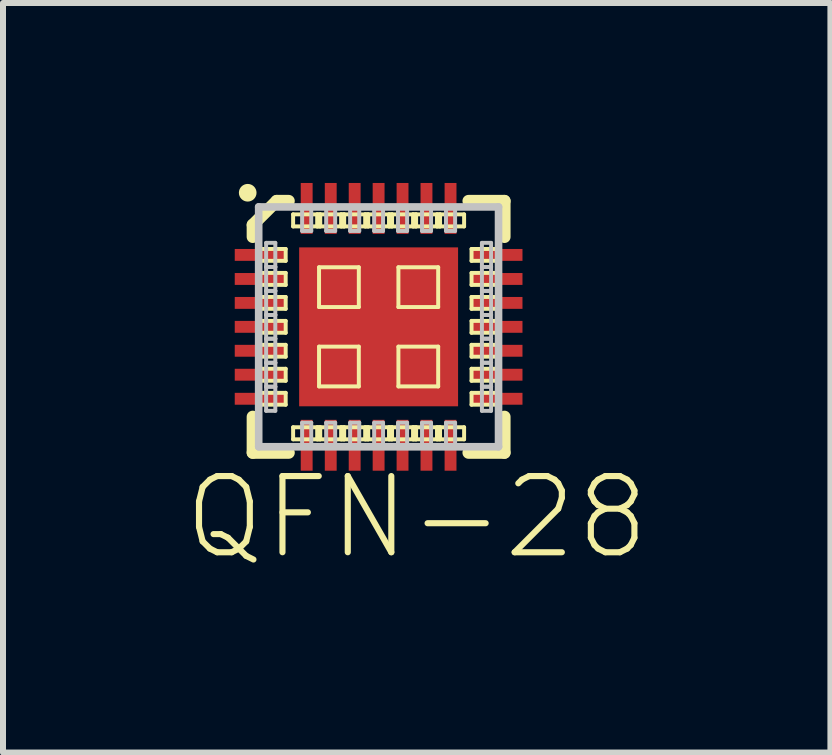
<source format=kicad_pcb>
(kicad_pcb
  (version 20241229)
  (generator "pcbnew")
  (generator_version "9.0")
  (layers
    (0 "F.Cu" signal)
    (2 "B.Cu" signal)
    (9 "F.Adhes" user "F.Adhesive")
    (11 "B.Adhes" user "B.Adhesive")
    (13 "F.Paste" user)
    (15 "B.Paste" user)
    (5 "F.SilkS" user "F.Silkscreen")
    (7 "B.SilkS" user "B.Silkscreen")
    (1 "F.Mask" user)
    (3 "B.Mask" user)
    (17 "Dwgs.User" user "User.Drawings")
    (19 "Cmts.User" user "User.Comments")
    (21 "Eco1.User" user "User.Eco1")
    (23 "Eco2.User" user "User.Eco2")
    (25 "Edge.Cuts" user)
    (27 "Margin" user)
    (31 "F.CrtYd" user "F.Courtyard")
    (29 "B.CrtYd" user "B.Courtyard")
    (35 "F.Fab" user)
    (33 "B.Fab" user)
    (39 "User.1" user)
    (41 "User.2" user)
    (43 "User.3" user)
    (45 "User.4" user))
  (footprint "QFN-28"
    (layer "F.Cu")
    (at 3.261 2.398)
    (property "Reference" "QFN-28" (at 0.635 3.175 0) (layer "F.SilkS") (effects (font (size 1.27 1.27) (thickness 0.102))))
    (attr smd)
    (fp_line (start -2.098 -1.699) (end -2.098 -1.499) (stroke (width 0.203) (type solid)) (layer "F.SilkS"))
    (fp_line (start -2.098 -1.699) (end -1.699 -2.098) (stroke (width 0.203) (type solid)) (layer "F.SilkS"))
    (fp_line (start -2.098 2.098) (end -2.098 1.499) (stroke (width 0.203) (type solid)) (layer "F.SilkS"))
    (fp_line (start -2.098 2.098) (end -1.499 2.098) (stroke (width 0.203) (type solid)) (layer "F.SilkS"))
    (fp_line (start -1.999 -1.298) (end -1.549 -1.298) (stroke (width 0.066) (type solid)) (layer "F.SilkS"))
    (fp_line (start -1.999 -1.1) (end -1.999 -1.298) (stroke (width 0.066) (type solid)) (layer "F.SilkS"))
    (fp_line (start -1.999 -1.1) (end -1.549 -1.1) (stroke (width 0.066) (type solid)) (layer "F.SilkS"))
    (fp_line (start -1.999 -0.899) (end -1.549 -0.899) (stroke (width 0.066) (type solid)) (layer "F.SilkS"))
    (fp_line (start -1.999 -0.699) (end -1.999 -0.899) (stroke (width 0.066) (type solid)) (layer "F.SilkS"))
    (fp_line (start -1.999 -0.699) (end -1.549 -0.699) (stroke (width 0.066) (type solid)) (layer "F.SilkS"))
    (fp_line (start -1.999 -0.498) (end -1.549 -0.498) (stroke (width 0.066) (type solid)) (layer "F.SilkS"))
    (fp_line (start -1.999 -0.3) (end -1.999 -0.498) (stroke (width 0.066) (type solid)) (layer "F.SilkS"))
    (fp_line (start -1.999 -0.3) (end -1.549 -0.3) (stroke (width 0.066) (type solid)) (layer "F.SilkS"))
    (fp_line (start -1.999 -0.099) (end -1.549 -0.099) (stroke (width 0.066) (type solid)) (layer "F.SilkS"))
    (fp_line (start -1.999 0.099) (end -1.999 -0.099) (stroke (width 0.066) (type solid)) (layer "F.SilkS"))
    (fp_line (start -1.999 0.099) (end -1.549 0.099) (stroke (width 0.066) (type solid)) (layer "F.SilkS"))
    (fp_line (start -1.999 0.3) (end -1.549 0.3) (stroke (width 0.066) (type solid)) (layer "F.SilkS"))
    (fp_line (start -1.999 0.498) (end -1.999 0.3) (stroke (width 0.066) (type solid)) (layer "F.SilkS"))
    (fp_line (start -1.999 0.498) (end -1.549 0.498) (stroke (width 0.066) (type solid)) (layer "F.SilkS"))
    (fp_line (start -1.999 0.699) (end -1.549 0.699) (stroke (width 0.066) (type solid)) (layer "F.SilkS"))
    (fp_line (start -1.999 0.899) (end -1.999 0.699) (stroke (width 0.066) (type solid)) (layer "F.SilkS"))
    (fp_line (start -1.999 0.899) (end -1.549 0.899) (stroke (width 0.066) (type solid)) (layer "F.SilkS"))
    (fp_line (start -1.999 1.1) (end -1.549 1.1) (stroke (width 0.066) (type solid)) (layer "F.SilkS"))
    (fp_line (start -1.999 1.298) (end -1.999 1.1) (stroke (width 0.066) (type solid)) (layer "F.SilkS"))
    (fp_line (start -1.999 1.298) (end -1.549 1.298) (stroke (width 0.066) (type solid)) (layer "F.SilkS"))
    (fp_line (start -1.699 -2.098) (end -1.499 -2.098) (stroke (width 0.203) (type solid)) (layer "F.SilkS"))
    (fp_line (start -1.549 -1.1) (end -1.549 -1.298) (stroke (width 0.066) (type solid)) (layer "F.SilkS"))
    (fp_line (start -1.549 -0.699) (end -1.549 -0.899) (stroke (width 0.066) (type solid)) (layer "F.SilkS"))
    (fp_line (start -1.549 -0.3) (end -1.549 -0.498) (stroke (width 0.066) (type solid)) (layer "F.SilkS"))
    (fp_line (start -1.549 0.099) (end -1.549 -0.099) (stroke (width 0.066) (type solid)) (layer "F.SilkS"))
    (fp_line (start -1.549 0.498) (end -1.549 0.3) (stroke (width 0.066) (type solid)) (layer "F.SilkS"))
    (fp_line (start -1.549 0.899) (end -1.549 0.699) (stroke (width 0.066) (type solid)) (layer "F.SilkS"))
    (fp_line (start -1.549 1.298) (end -1.549 1.1) (stroke (width 0.066) (type solid)) (layer "F.SilkS"))
    (fp_line (start -1.425 -1.875) (end -0.973 -1.875) (stroke (width 0.066) (type solid)) (layer "F.SilkS"))
    (fp_line (start -1.425 -1.674) (end -1.425 -1.875) (stroke (width 0.066) (type solid)) (layer "F.SilkS"))
    (fp_line (start -1.425 -1.674) (end -0.973 -1.674) (stroke (width 0.066) (type solid)) (layer "F.SilkS"))
    (fp_line (start -1.425 1.674) (end -0.973 1.674) (stroke (width 0.066) (type solid)) (layer "F.SilkS"))
    (fp_line (start -1.425 1.875) (end -1.425 1.674) (stroke (width 0.066) (type solid)) (layer "F.SilkS"))
    (fp_line (start -1.425 1.875) (end -0.973 1.875) (stroke (width 0.066) (type solid)) (layer "F.SilkS"))
    (fp_line (start -1.024 -1.875) (end -0.574 -1.875) (stroke (width 0.066) (type solid)) (layer "F.SilkS"))
    (fp_line (start -1.024 -1.674) (end -1.024 -1.875) (stroke (width 0.066) (type solid)) (layer "F.SilkS"))
    (fp_line (start -1.024 -1.674) (end -0.574 -1.674) (stroke (width 0.066) (type solid)) (layer "F.SilkS"))
    (fp_line (start -1.024 1.674) (end -0.574 1.674) (stroke (width 0.066) (type solid)) (layer "F.SilkS"))
    (fp_line (start -1.024 1.875) (end -1.024 1.674) (stroke (width 0.066) (type solid)) (layer "F.SilkS"))
    (fp_line (start -1.024 1.875) (end -0.574 1.875) (stroke (width 0.066) (type solid)) (layer "F.SilkS"))
    (fp_line (start -0.993 -0.993) (end -0.33 -0.993) (stroke (width 0.066) (type solid)) (layer "F.SilkS"))
    (fp_line (start -0.993 -0.33) (end -0.993 -0.993) (stroke (width 0.066) (type solid)) (layer "F.SilkS"))
    (fp_line (start -0.993 -0.33) (end -0.33 -0.33) (stroke (width 0.066) (type solid)) (layer "F.SilkS"))
    (fp_line (start -0.993 0.33) (end -0.33 0.33) (stroke (width 0.066) (type solid)) (layer "F.SilkS"))
    (fp_line (start -0.993 0.993) (end -0.993 0.33) (stroke (width 0.066) (type solid)) (layer "F.SilkS"))
    (fp_line (start -0.993 0.993) (end -0.33 0.993) (stroke (width 0.066) (type solid)) (layer "F.SilkS"))
    (fp_line (start -0.973 -1.674) (end -0.973 -1.875) (stroke (width 0.066) (type solid)) (layer "F.SilkS"))
    (fp_line (start -0.973 1.875) (end -0.973 1.674) (stroke (width 0.066) (type solid)) (layer "F.SilkS"))
    (fp_line (start -0.625 -1.875) (end -0.173 -1.875) (stroke (width 0.066) (type solid)) (layer "F.SilkS"))
    (fp_line (start -0.625 -1.674) (end -0.625 -1.875) (stroke (width 0.066) (type solid)) (layer "F.SilkS"))
    (fp_line (start -0.625 -1.674) (end -0.173 -1.674) (stroke (width 0.066) (type solid)) (layer "F.SilkS"))
    (fp_line (start -0.625 1.674) (end -0.173 1.674) (stroke (width 0.066) (type solid)) (layer "F.SilkS"))
    (fp_line (start -0.625 1.875) (end -0.625 1.674) (stroke (width 0.066) (type solid)) (layer "F.SilkS"))
    (fp_line (start -0.625 1.875) (end -0.173 1.875) (stroke (width 0.066) (type solid)) (layer "F.SilkS"))
    (fp_line (start -0.574 -1.674) (end -0.574 -1.875) (stroke (width 0.066) (type solid)) (layer "F.SilkS"))
    (fp_line (start -0.574 1.875) (end -0.574 1.674) (stroke (width 0.066) (type solid)) (layer "F.SilkS"))
    (fp_line (start -0.33 -0.33) (end -0.33 -0.993) (stroke (width 0.066) (type solid)) (layer "F.SilkS"))
    (fp_line (start -0.33 0.993) (end -0.33 0.33) (stroke (width 0.066) (type solid)) (layer "F.SilkS"))
    (fp_line (start -0.224 -1.875) (end 0.224 -1.875) (stroke (width 0.066) (type solid)) (layer "F.SilkS"))
    (fp_line (start -0.224 -1.674) (end -0.224 -1.875) (stroke (width 0.066) (type solid)) (layer "F.SilkS"))
    (fp_line (start -0.224 -1.674) (end 0.224 -1.674) (stroke (width 0.066) (type solid)) (layer "F.SilkS"))
    (fp_line (start -0.224 1.674) (end 0.224 1.674) (stroke (width 0.066) (type solid)) (layer "F.SilkS"))
    (fp_line (start -0.224 1.875) (end -0.224 1.674) (stroke (width 0.066) (type solid)) (layer "F.SilkS"))
    (fp_line (start -0.224 1.875) (end 0.224 1.875) (stroke (width 0.066) (type solid)) (layer "F.SilkS"))
    (fp_line (start -0.173 -1.674) (end -0.173 -1.875) (stroke (width 0.066) (type solid)) (layer "F.SilkS"))
    (fp_line (start -0.173 1.875) (end -0.173 1.674) (stroke (width 0.066) (type solid)) (layer "F.SilkS"))
    (fp_line (start 0.173 -1.875) (end 0.625 -1.875) (stroke (width 0.066) (type solid)) (layer "F.SilkS"))
    (fp_line (start 0.173 -1.674) (end 0.173 -1.875) (stroke (width 0.066) (type solid)) (layer "F.SilkS"))
    (fp_line (start 0.173 -1.674) (end 0.625 -1.674) (stroke (width 0.066) (type solid)) (layer "F.SilkS"))
    (fp_line (start 0.173 1.674) (end 0.625 1.674) (stroke (width 0.066) (type solid)) (layer "F.SilkS"))
    (fp_line (start 0.173 1.875) (end 0.173 1.674) (stroke (width 0.066) (type solid)) (layer "F.SilkS"))
    (fp_line (start 0.173 1.875) (end 0.625 1.875) (stroke (width 0.066) (type solid)) (layer "F.SilkS"))
    (fp_line (start 0.224 -1.674) (end 0.224 -1.875) (stroke (width 0.066) (type solid)) (layer "F.SilkS"))
    (fp_line (start 0.224 1.875) (end 0.224 1.674) (stroke (width 0.066) (type solid)) (layer "F.SilkS"))
    (fp_line (start 0.33 -0.993) (end 0.993 -0.993) (stroke (width 0.066) (type solid)) (layer "F.SilkS"))
    (fp_line (start 0.33 -0.33) (end 0.33 -0.993) (stroke (width 0.066) (type solid)) (layer "F.SilkS"))
    (fp_line (start 0.33 -0.33) (end 0.993 -0.33) (stroke (width 0.066) (type solid)) (layer "F.SilkS"))
    (fp_line (start 0.33 0.33) (end 0.993 0.33) (stroke (width 0.066) (type solid)) (layer "F.SilkS"))
    (fp_line (start 0.33 0.993) (end 0.33 0.33) (stroke (width 0.066) (type solid)) (layer "F.SilkS"))
    (fp_line (start 0.33 0.993) (end 0.993 0.993) (stroke (width 0.066) (type solid)) (layer "F.SilkS"))
    (fp_line (start 0.574 -1.875) (end 1.024 -1.875) (stroke (width 0.066) (type solid)) (layer "F.SilkS"))
    (fp_line (start 0.574 -1.674) (end 0.574 -1.875) (stroke (width 0.066) (type solid)) (layer "F.SilkS"))
    (fp_line (start 0.574 -1.674) (end 1.024 -1.674) (stroke (width 0.066) (type solid)) (layer "F.SilkS"))
    (fp_line (start 0.574 1.674) (end 1.024 1.674) (stroke (width 0.066) (type solid)) (layer "F.SilkS"))
    (fp_line (start 0.574 1.875) (end 0.574 1.674) (stroke (width 0.066) (type solid)) (layer "F.SilkS"))
    (fp_line (start 0.574 1.875) (end 1.024 1.875) (stroke (width 0.066) (type solid)) (layer "F.SilkS"))
    (fp_line (start 0.625 -1.674) (end 0.625 -1.875) (stroke (width 0.066) (type solid)) (layer "F.SilkS"))
    (fp_line (start 0.625 1.875) (end 0.625 1.674) (stroke (width 0.066) (type solid)) (layer "F.SilkS"))
    (fp_line (start 0.973 -1.875) (end 1.425 -1.875) (stroke (width 0.066) (type solid)) (layer "F.SilkS"))
    (fp_line (start 0.973 -1.674) (end 0.973 -1.875) (stroke (width 0.066) (type solid)) (layer "F.SilkS"))
    (fp_line (start 0.973 -1.674) (end 1.425 -1.674) (stroke (width 0.066) (type solid)) (layer "F.SilkS"))
    (fp_line (start 0.973 1.674) (end 1.425 1.674) (stroke (width 0.066) (type solid)) (layer "F.SilkS"))
    (fp_line (start 0.973 1.875) (end 0.973 1.674) (stroke (width 0.066) (type solid)) (layer "F.SilkS"))
    (fp_line (start 0.973 1.875) (end 1.425 1.875) (stroke (width 0.066) (type solid)) (layer "F.SilkS"))
    (fp_line (start 0.993 -0.33) (end 0.993 -0.993) (stroke (width 0.066) (type solid)) (layer "F.SilkS"))
    (fp_line (start 0.993 0.993) (end 0.993 0.33) (stroke (width 0.066) (type solid)) (layer "F.SilkS"))
    (fp_line (start 1.024 -1.674) (end 1.024 -1.875) (stroke (width 0.066) (type solid)) (layer "F.SilkS"))
    (fp_line (start 1.024 1.875) (end 1.024 1.674) (stroke (width 0.066) (type solid)) (layer "F.SilkS"))
    (fp_line (start 1.425 -1.674) (end 1.425 -1.875) (stroke (width 0.066) (type solid)) (layer "F.SilkS"))
    (fp_line (start 1.425 1.875) (end 1.425 1.674) (stroke (width 0.066) (type solid)) (layer "F.SilkS"))
    (fp_line (start 1.549 -1.298) (end 1.999 -1.298) (stroke (width 0.066) (type solid)) (layer "F.SilkS"))
    (fp_line (start 1.549 -1.1) (end 1.549 -1.298) (stroke (width 0.066) (type solid)) (layer "F.SilkS"))
    (fp_line (start 1.549 -1.1) (end 1.999 -1.1) (stroke (width 0.066) (type solid)) (layer "F.SilkS"))
    (fp_line (start 1.549 -0.899) (end 1.999 -0.899) (stroke (width 0.066) (type solid)) (layer "F.SilkS"))
    (fp_line (start 1.549 -0.699) (end 1.549 -0.899) (stroke (width 0.066) (type solid)) (layer "F.SilkS"))
    (fp_line (start 1.549 -0.699) (end 1.999 -0.699) (stroke (width 0.066) (type solid)) (layer "F.SilkS"))
    (fp_line (start 1.549 -0.498) (end 1.999 -0.498) (stroke (width 0.066) (type solid)) (layer "F.SilkS"))
    (fp_line (start 1.549 -0.3) (end 1.549 -0.498) (stroke (width 0.066) (type solid)) (layer "F.SilkS"))
    (fp_line (start 1.549 -0.3) (end 1.999 -0.3) (stroke (width 0.066) (type solid)) (layer "F.SilkS"))
    (fp_line (start 1.549 -0.099) (end 1.999 -0.099) (stroke (width 0.066) (type solid)) (layer "F.SilkS"))
    (fp_line (start 1.549 0.099) (end 1.549 -0.099) (stroke (width 0.066) (type solid)) (layer "F.SilkS"))
    (fp_line (start 1.549 0.099) (end 1.999 0.099) (stroke (width 0.066) (type solid)) (layer "F.SilkS"))
    (fp_line (start 1.549 0.3) (end 1.999 0.3) (stroke (width 0.066) (type solid)) (layer "F.SilkS"))
    (fp_line (start 1.549 0.498) (end 1.549 0.3) (stroke (width 0.066) (type solid)) (layer "F.SilkS"))
    (fp_line (start 1.549 0.498) (end 1.999 0.498) (stroke (width 0.066) (type solid)) (layer "F.SilkS"))
    (fp_line (start 1.549 0.699) (end 1.999 0.699) (stroke (width 0.066) (type solid)) (layer "F.SilkS"))
    (fp_line (start 1.549 0.899) (end 1.549 0.699) (stroke (width 0.066) (type solid)) (layer "F.SilkS"))
    (fp_line (start 1.549 0.899) (end 1.999 0.899) (stroke (width 0.066) (type solid)) (layer "F.SilkS"))
    (fp_line (start 1.549 1.1) (end 1.999 1.1) (stroke (width 0.066) (type solid)) (layer "F.SilkS"))
    (fp_line (start 1.549 1.298) (end 1.549 1.1) (stroke (width 0.066) (type solid)) (layer "F.SilkS"))
    (fp_line (start 1.549 1.298) (end 1.999 1.298) (stroke (width 0.066) (type solid)) (layer "F.SilkS"))
    (fp_line (start 1.999 -1.1) (end 1.999 -1.298) (stroke (width 0.066) (type solid)) (layer "F.SilkS"))
    (fp_line (start 1.999 -0.699) (end 1.999 -0.899) (stroke (width 0.066) (type solid)) (layer "F.SilkS"))
    (fp_line (start 1.999 -0.3) (end 1.999 -0.498) (stroke (width 0.066) (type solid)) (layer "F.SilkS"))
    (fp_line (start 1.999 0.099) (end 1.999 -0.099) (stroke (width 0.066) (type solid)) (layer "F.SilkS"))
    (fp_line (start 1.999 0.498) (end 1.999 0.3) (stroke (width 0.066) (type solid)) (layer "F.SilkS"))
    (fp_line (start 1.999 0.899) (end 1.999 0.699) (stroke (width 0.066) (type solid)) (layer "F.SilkS"))
    (fp_line (start 1.999 1.298) (end 1.999 1.1) (stroke (width 0.066) (type solid)) (layer "F.SilkS"))
    (fp_line (start 2.098 -2.098) (end 1.499 -2.098) (stroke (width 0.203) (type solid)) (layer "F.SilkS"))
    (fp_line (start 2.098 -2.098) (end 2.098 -1.499) (stroke (width 0.203) (type solid)) (layer "F.SilkS"))
    (fp_line (start 2.098 2.098) (end 1.499 2.098) (stroke (width 0.203) (type solid)) (layer "F.SilkS"))
    (fp_line (start 2.098 2.098) (end 2.098 1.499) (stroke (width 0.203) (type solid)) (layer "F.SilkS"))
    (fp_circle (center -2.182 -2.235) (end -2.286 -2.339) (stroke (width 0) (type solid)) (fill yes) (layer "F.SilkS"))
    (fp_line (start -1.999 -1.999) (end 1.999 -1.999) (stroke (width 0.127) (type solid)) (layer "Dwgs.User"))
    (fp_line (start -1.999 1.999) (end -1.999 -1.999) (stroke (width 0.127) (type solid)) (layer "Dwgs.User"))
    (fp_line (start -1.875 -1.4) (end -1.722 -1.4) (stroke (width 0.066) (type solid)) (layer "Dwgs.User"))
    (fp_line (start -1.875 -0.998) (end -1.875 -1.4) (stroke (width 0.066) (type solid)) (layer "Dwgs.User"))
    (fp_line (start -1.875 -0.998) (end -1.722 -0.998) (stroke (width 0.066) (type solid)) (layer "Dwgs.User"))
    (fp_line (start -1.875 -0.998) (end -1.722 -0.998) (stroke (width 0.066) (type solid)) (layer "Dwgs.User"))
    (fp_line (start -1.875 -0.599) (end -1.875 -0.998) (stroke (width 0.066) (type solid)) (layer "Dwgs.User"))
    (fp_line (start -1.875 -0.599) (end -1.722 -0.599) (stroke (width 0.066) (type solid)) (layer "Dwgs.User"))
    (fp_line (start -1.875 -0.599) (end -1.722 -0.599) (stroke (width 0.066) (type solid)) (layer "Dwgs.User"))
    (fp_line (start -1.875 -0.198) (end -1.875 -0.599) (stroke (width 0.066) (type solid)) (layer "Dwgs.User"))
    (fp_line (start -1.875 -0.198) (end -1.722 -0.198) (stroke (width 0.066) (type solid)) (layer "Dwgs.User"))
    (fp_line (start -1.875 -0.198) (end -1.722 -0.198) (stroke (width 0.066) (type solid)) (layer "Dwgs.User"))
    (fp_line (start -1.875 0.198) (end -1.875 -0.198) (stroke (width 0.066) (type solid)) (layer "Dwgs.User"))
    (fp_line (start -1.875 0.198) (end -1.722 0.198) (stroke (width 0.066) (type solid)) (layer "Dwgs.User"))
    (fp_line (start -1.875 0.198) (end -1.722 0.198) (stroke (width 0.066) (type solid)) (layer "Dwgs.User"))
    (fp_line (start -1.875 0.599) (end -1.875 0.198) (stroke (width 0.066) (type solid)) (layer "Dwgs.User"))
    (fp_line (start -1.875 0.599) (end -1.722 0.599) (stroke (width 0.066) (type solid)) (layer "Dwgs.User"))
    (fp_line (start -1.875 0.599) (end -1.722 0.599) (stroke (width 0.066) (type solid)) (layer "Dwgs.User"))
    (fp_line (start -1.875 0.998) (end -1.875 0.599) (stroke (width 0.066) (type solid)) (layer "Dwgs.User"))
    (fp_line (start -1.875 0.998) (end -1.722 0.998) (stroke (width 0.066) (type solid)) (layer "Dwgs.User"))
    (fp_line (start -1.875 0.998) (end -1.722 0.998) (stroke (width 0.066) (type solid)) (layer "Dwgs.User"))
    (fp_line (start -1.875 1.4) (end -1.875 0.998) (stroke (width 0.066) (type solid)) (layer "Dwgs.User"))
    (fp_line (start -1.875 1.4) (end -1.722 1.4) (stroke (width 0.066) (type solid)) (layer "Dwgs.User"))
    (fp_line (start -1.722 -0.998) (end -1.722 -1.4) (stroke (width 0.066) (type solid)) (layer "Dwgs.User"))
    (fp_line (start -1.722 -0.599) (end -1.722 -0.998) (stroke (width 0.066) (type solid)) (layer "Dwgs.User"))
    (fp_line (start -1.722 -0.198) (end -1.722 -0.599) (stroke (width 0.066) (type solid)) (layer "Dwgs.User"))
    (fp_line (start -1.722 0.198) (end -1.722 -0.198) (stroke (width 0.066) (type solid)) (layer "Dwgs.User"))
    (fp_line (start -1.722 0.599) (end -1.722 0.198) (stroke (width 0.066) (type solid)) (layer "Dwgs.User"))
    (fp_line (start -1.722 0.998) (end -1.722 0.599) (stroke (width 0.066) (type solid)) (layer "Dwgs.User"))
    (fp_line (start -1.722 1.4) (end -1.722 0.998) (stroke (width 0.066) (type solid)) (layer "Dwgs.User"))
    (fp_line (start -1.275 -1.999) (end -1.123 -1.999) (stroke (width 0.066) (type solid)) (layer "Dwgs.User"))
    (fp_line (start -1.275 -1.598) (end -1.275 -1.999) (stroke (width 0.066) (type solid)) (layer "Dwgs.User"))
    (fp_line (start -1.275 -1.598) (end -1.123 -1.598) (stroke (width 0.066) (type solid)) (layer "Dwgs.User"))
    (fp_line (start -1.275 1.598) (end -1.123 1.598) (stroke (width 0.066) (type solid)) (layer "Dwgs.User"))
    (fp_line (start -1.275 1.999) (end -1.275 1.598) (stroke (width 0.066) (type solid)) (layer "Dwgs.User"))
    (fp_line (start -1.275 1.999) (end -1.123 1.999) (stroke (width 0.066) (type solid)) (layer "Dwgs.User"))
    (fp_line (start -1.123 -1.598) (end -1.123 -1.999) (stroke (width 0.066) (type solid)) (layer "Dwgs.User"))
    (fp_line (start -1.123 1.999) (end -1.123 1.598) (stroke (width 0.066) (type solid)) (layer "Dwgs.User"))
    (fp_line (start -0.874 -1.999) (end -0.724 -1.999) (stroke (width 0.066) (type solid)) (layer "Dwgs.User"))
    (fp_line (start -0.874 -1.598) (end -0.874 -1.999) (stroke (width 0.066) (type solid)) (layer "Dwgs.User"))
    (fp_line (start -0.874 -1.598) (end -0.724 -1.598) (stroke (width 0.066) (type solid)) (layer "Dwgs.User"))
    (fp_line (start -0.874 1.598) (end -0.724 1.598) (stroke (width 0.066) (type solid)) (layer "Dwgs.User"))
    (fp_line (start -0.874 1.999) (end -0.874 1.598) (stroke (width 0.066) (type solid)) (layer "Dwgs.User"))
    (fp_line (start -0.874 1.999) (end -0.724 1.999) (stroke (width 0.066) (type solid)) (layer "Dwgs.User"))
    (fp_line (start -0.724 -1.598) (end -0.724 -1.999) (stroke (width 0.066) (type solid)) (layer "Dwgs.User"))
    (fp_line (start -0.724 1.999) (end -0.724 1.598) (stroke (width 0.066) (type solid)) (layer "Dwgs.User"))
    (fp_line (start -0.475 -1.999) (end -0.323 -1.999) (stroke (width 0.066) (type solid)) (layer "Dwgs.User"))
    (fp_line (start -0.475 -1.598) (end -0.475 -1.999) (stroke (width 0.066) (type solid)) (layer "Dwgs.User"))
    (fp_line (start -0.475 -1.598) (end -0.323 -1.598) (stroke (width 0.066) (type solid)) (layer "Dwgs.User"))
    (fp_line (start -0.475 1.598) (end -0.323 1.598) (stroke (width 0.066) (type solid)) (layer "Dwgs.User"))
    (fp_line (start -0.475 1.999) (end -0.475 1.598) (stroke (width 0.066) (type solid)) (layer "Dwgs.User"))
    (fp_line (start -0.475 1.999) (end -0.323 1.999) (stroke (width 0.066) (type solid)) (layer "Dwgs.User"))
    (fp_line (start -0.323 -1.598) (end -0.323 -1.999) (stroke (width 0.066) (type solid)) (layer "Dwgs.User"))
    (fp_line (start -0.323 1.999) (end -0.323 1.598) (stroke (width 0.066) (type solid)) (layer "Dwgs.User"))
    (fp_line (start -0.074 -1.999) (end 0.074 -1.999) (stroke (width 0.066) (type solid)) (layer "Dwgs.User"))
    (fp_line (start -0.074 -1.598) (end -0.074 -1.999) (stroke (width 0.066) (type solid)) (layer "Dwgs.User"))
    (fp_line (start -0.074 -1.598) (end 0.074 -1.598) (stroke (width 0.066) (type solid)) (layer "Dwgs.User"))
    (fp_line (start -0.074 1.598) (end 0.074 1.598) (stroke (width 0.066) (type solid)) (layer "Dwgs.User"))
    (fp_line (start -0.074 1.999) (end -0.074 1.598) (stroke (width 0.066) (type solid)) (layer "Dwgs.User"))
    (fp_line (start -0.074 1.999) (end 0.074 1.999) (stroke (width 0.066) (type solid)) (layer "Dwgs.User"))
    (fp_line (start 0.074 -1.598) (end 0.074 -1.999) (stroke (width 0.066) (type solid)) (layer "Dwgs.User"))
    (fp_line (start 0.074 1.999) (end 0.074 1.598) (stroke (width 0.066) (type solid)) (layer "Dwgs.User"))
    (fp_line (start 0.323 -1.999) (end 0.475 -1.999) (stroke (width 0.066) (type solid)) (layer "Dwgs.User"))
    (fp_line (start 0.323 -1.598) (end 0.323 -1.999) (stroke (width 0.066) (type solid)) (layer "Dwgs.User"))
    (fp_line (start 0.323 -1.598) (end 0.475 -1.598) (stroke (width 0.066) (type solid)) (layer "Dwgs.User"))
    (fp_line (start 0.323 1.598) (end 0.475 1.598) (stroke (width 0.066) (type solid)) (layer "Dwgs.User"))
    (fp_line (start 0.323 1.999) (end 0.323 1.598) (stroke (width 0.066) (type solid)) (layer "Dwgs.User"))
    (fp_line (start 0.323 1.999) (end 0.475 1.999) (stroke (width 0.066) (type solid)) (layer "Dwgs.User"))
    (fp_line (start 0.475 -1.598) (end 0.475 -1.999) (stroke (width 0.066) (type solid)) (layer "Dwgs.User"))
    (fp_line (start 0.475 1.999) (end 0.475 1.598) (stroke (width 0.066) (type solid)) (layer "Dwgs.User"))
    (fp_line (start 0.724 -1.999) (end 0.874 -1.999) (stroke (width 0.066) (type solid)) (layer "Dwgs.User"))
    (fp_line (start 0.724 -1.598) (end 0.724 -1.999) (stroke (width 0.066) (type solid)) (layer "Dwgs.User"))
    (fp_line (start 0.724 -1.598) (end 0.874 -1.598) (stroke (width 0.066) (type solid)) (layer "Dwgs.User"))
    (fp_line (start 0.724 1.598) (end 0.874 1.598) (stroke (width 0.066) (type solid)) (layer "Dwgs.User"))
    (fp_line (start 0.724 1.999) (end 0.724 1.598) (stroke (width 0.066) (type solid)) (layer "Dwgs.User"))
    (fp_line (start 0.724 1.999) (end 0.874 1.999) (stroke (width 0.066) (type solid)) (layer "Dwgs.User"))
    (fp_line (start 0.874 -1.598) (end 0.874 -1.999) (stroke (width 0.066) (type solid)) (layer "Dwgs.User"))
    (fp_line (start 0.874 1.999) (end 0.874 1.598) (stroke (width 0.066) (type solid)) (layer "Dwgs.User"))
    (fp_line (start 1.123 -1.999) (end 1.275 -1.999) (stroke (width 0.066) (type solid)) (layer "Dwgs.User"))
    (fp_line (start 1.123 -1.598) (end 1.123 -1.999) (stroke (width 0.066) (type solid)) (layer "Dwgs.User"))
    (fp_line (start 1.123 -1.598) (end 1.275 -1.598) (stroke (width 0.066) (type solid)) (layer "Dwgs.User"))
    (fp_line (start 1.123 1.598) (end 1.275 1.598) (stroke (width 0.066) (type solid)) (layer "Dwgs.User"))
    (fp_line (start 1.123 1.999) (end 1.123 1.598) (stroke (width 0.066) (type solid)) (layer "Dwgs.User"))
    (fp_line (start 1.123 1.999) (end 1.275 1.999) (stroke (width 0.066) (type solid)) (layer "Dwgs.User"))
    (fp_line (start 1.275 -1.598) (end 1.275 -1.999) (stroke (width 0.066) (type solid)) (layer "Dwgs.User"))
    (fp_line (start 1.275 1.999) (end 1.275 1.598) (stroke (width 0.066) (type solid)) (layer "Dwgs.User"))
    (fp_line (start 1.722 -1.4) (end 1.875 -1.4) (stroke (width 0.066) (type solid)) (layer "Dwgs.User"))
    (fp_line (start 1.722 -0.998) (end 1.722 -1.4) (stroke (width 0.066) (type solid)) (layer "Dwgs.User"))
    (fp_line (start 1.722 -0.998) (end 1.875 -0.998) (stroke (width 0.066) (type solid)) (layer "Dwgs.User"))
    (fp_line (start 1.722 -0.998) (end 1.875 -0.998) (stroke (width 0.066) (type solid)) (layer "Dwgs.User"))
    (fp_line (start 1.722 -0.599) (end 1.722 -0.998) (stroke (width 0.066) (type solid)) (layer "Dwgs.User"))
    (fp_line (start 1.722 -0.599) (end 1.875 -0.599) (stroke (width 0.066) (type solid)) (layer "Dwgs.User"))
    (fp_line (start 1.722 -0.599) (end 1.875 -0.599) (stroke (width 0.066) (type solid)) (layer "Dwgs.User"))
    (fp_line (start 1.722 -0.198) (end 1.722 -0.599) (stroke (width 0.066) (type solid)) (layer "Dwgs.User"))
    (fp_line (start 1.722 -0.198) (end 1.875 -0.198) (stroke (width 0.066) (type solid)) (layer "Dwgs.User"))
    (fp_line (start 1.722 -0.198) (end 1.875 -0.198) (stroke (width 0.066) (type solid)) (layer "Dwgs.User"))
    (fp_line (start 1.722 0.198) (end 1.722 -0.198) (stroke (width 0.066) (type solid)) (layer "Dwgs.User"))
    (fp_line (start 1.722 0.198) (end 1.875 0.198) (stroke (width 0.066) (type solid)) (layer "Dwgs.User"))
    (fp_line (start 1.722 0.198) (end 1.875 0.198) (stroke (width 0.066) (type solid)) (layer "Dwgs.User"))
    (fp_line (start 1.722 0.599) (end 1.722 0.198) (stroke (width 0.066) (type solid)) (layer "Dwgs.User"))
    (fp_line (start 1.722 0.599) (end 1.875 0.599) (stroke (width 0.066) (type solid)) (layer "Dwgs.User"))
    (fp_line (start 1.722 0.599) (end 1.875 0.599) (stroke (width 0.066) (type solid)) (layer "Dwgs.User"))
    (fp_line (start 1.722 0.998) (end 1.722 0.599) (stroke (width 0.066) (type solid)) (layer "Dwgs.User"))
    (fp_line (start 1.722 0.998) (end 1.875 0.998) (stroke (width 0.066) (type solid)) (layer "Dwgs.User"))
    (fp_line (start 1.722 0.998) (end 1.875 0.998) (stroke (width 0.066) (type solid)) (layer "Dwgs.User"))
    (fp_line (start 1.722 1.4) (end 1.722 0.998) (stroke (width 0.066) (type solid)) (layer "Dwgs.User"))
    (fp_line (start 1.722 1.4) (end 1.875 1.4) (stroke (width 0.066) (type solid)) (layer "Dwgs.User"))
    (fp_line (start 1.875 -0.998) (end 1.875 -1.4) (stroke (width 0.066) (type solid)) (layer "Dwgs.User"))
    (fp_line (start 1.875 -0.599) (end 1.875 -0.998) (stroke (width 0.066) (type solid)) (layer "Dwgs.User"))
    (fp_line (start 1.875 -0.198) (end 1.875 -0.599) (stroke (width 0.066) (type solid)) (layer "Dwgs.User"))
    (fp_line (start 1.875 0.198) (end 1.875 -0.198) (stroke (width 0.066) (type solid)) (layer "Dwgs.User"))
    (fp_line (start 1.875 0.599) (end 1.875 0.198) (stroke (width 0.066) (type solid)) (layer "Dwgs.User"))
    (fp_line (start 1.875 0.998) (end 1.875 0.599) (stroke (width 0.066) (type solid)) (layer "Dwgs.User"))
    (fp_line (start 1.875 1.4) (end 1.875 0.998) (stroke (width 0.066) (type solid)) (layer "Dwgs.User"))
    (fp_line (start 1.999 -1.999) (end 1.999 1.999) (stroke (width 0.127) (type solid)) (layer "Dwgs.User"))
    (fp_line (start 1.999 1.999) (end -1.999 1.999) (stroke (width 0.127) (type solid)) (layer "Dwgs.User"))
    (pad "1" smd rect (at -1.974 -1.199) (size 0.848 0.198) (layers "F.Cu" "F.Mask" "F.Paste"))
    (pad "2" smd rect (at -1.974 -0.798) (size 0.848 0.198) (layers "F.Cu" "F.Mask" "F.Paste"))
    (pad "3" smd rect (at -1.974 -0.399) (size 0.848 0.198) (layers "F.Cu" "F.Mask" "F.Paste"))
    (pad "4" smd rect (at -1.974 0) (size 0.848 0.198) (layers "F.Cu" "F.Mask" "F.Paste"))
    (pad "5" smd rect (at -1.974 0.399) (size 0.848 0.198) (layers "F.Cu" "F.Mask" "F.Paste"))
    (pad "6" smd rect (at -1.974 0.798) (size 0.848 0.198) (layers "F.Cu" "F.Mask" "F.Paste"))
    (pad "7" smd rect (at -1.974 1.199) (size 0.848 0.198) (layers "F.Cu" "F.Mask" "F.Paste"))
    (pad "8" smd rect (at -1.199 1.974 90) (size 0.848 0.198) (layers "F.Cu" "F.Mask" "F.Paste"))
    (pad "9" smd rect (at -0.798 1.974 90) (size 0.848 0.198) (layers "F.Cu" "F.Mask" "F.Paste"))
    (pad "10" smd rect (at -0.399 1.974 90) (size 0.848 0.198) (layers "F.Cu" "F.Mask" "F.Paste"))
    (pad "11" smd rect (at 0 1.974 90) (size 0.848 0.198) (layers "F.Cu" "F.Mask" "F.Paste"))
    (pad "12" smd rect (at 0.399 1.974 90) (size 0.848 0.198) (layers "F.Cu" "F.Mask" "F.Paste"))
    (pad "13" smd rect (at 0.798 1.974 90) (size 0.848 0.198) (layers "F.Cu" "F.Mask" "F.Paste"))
    (pad "14" smd rect (at 1.199 1.974 90) (size 0.848 0.198) (layers "F.Cu" "F.Mask" "F.Paste"))
    (pad "15" smd rect (at 1.974 1.199 180) (size 0.848 0.198) (layers "F.Cu" "F.Mask" "F.Paste"))
    (pad "16" smd rect (at 1.974 0.798 180) (size 0.848 0.198) (layers "F.Cu" "F.Mask" "F.Paste"))
    (pad "17" smd rect (at 1.974 0.399 180) (size 0.848 0.198) (layers "F.Cu" "F.Mask" "F.Paste"))
    (pad "18" smd rect (at 1.974 0 180) (size 0.848 0.198) (layers "F.Cu" "F.Mask" "F.Paste"))
    (pad "19" smd rect (at 1.974 -0.399 180) (size 0.848 0.198) (layers "F.Cu" "F.Mask" "F.Paste"))
    (pad "20" smd rect (at 1.974 -0.798 180) (size 0.848 0.198) (layers "F.Cu" "F.Mask" "F.Paste"))
    (pad "21" smd rect (at 1.974 -1.199 180) (size 0.848 0.198) (layers "F.Cu" "F.Mask" "F.Paste"))
    (pad "22" smd rect (at 1.199 -1.974 270) (size 0.848 0.198) (layers "F.Cu" "F.Mask" "F.Paste"))
    (pad "23" smd rect (at 0.798 -1.974 270) (size 0.848 0.198) (layers "F.Cu" "F.Mask" "F.Paste"))
    (pad "24" smd rect (at 0.399 -1.974 270) (size 0.848 0.198) (layers "F.Cu" "F.Mask" "F.Paste"))
    (pad "25" smd rect (at 0 -1.974 270) (size 0.848 0.198) (layers "F.Cu" "F.Mask" "F.Paste"))
    (pad "26" smd rect (at -0.399 -1.974 270) (size 0.848 0.198) (layers "F.Cu" "F.Mask" "F.Paste"))
    (pad "27" smd rect (at -0.798 -1.974 270) (size 0.848 0.198) (layers "F.Cu" "F.Mask" "F.Paste"))
    (pad "28" smd rect (at -1.199 -1.974 270) (size 0.848 0.198) (layers "F.Cu" "F.Mask" "F.Paste"))
    (pad "29" smd rect (at 0 0) (size 2.649 2.649) (layers "F.Cu" "F.Mask" "F.Paste")))
  (gr_rect
    (start -3 -3)
    (end 10.792 9.494)
    (stroke (width 0.1) (type default))
    (fill no)
    (layer "Edge.Cuts")))
</source>
